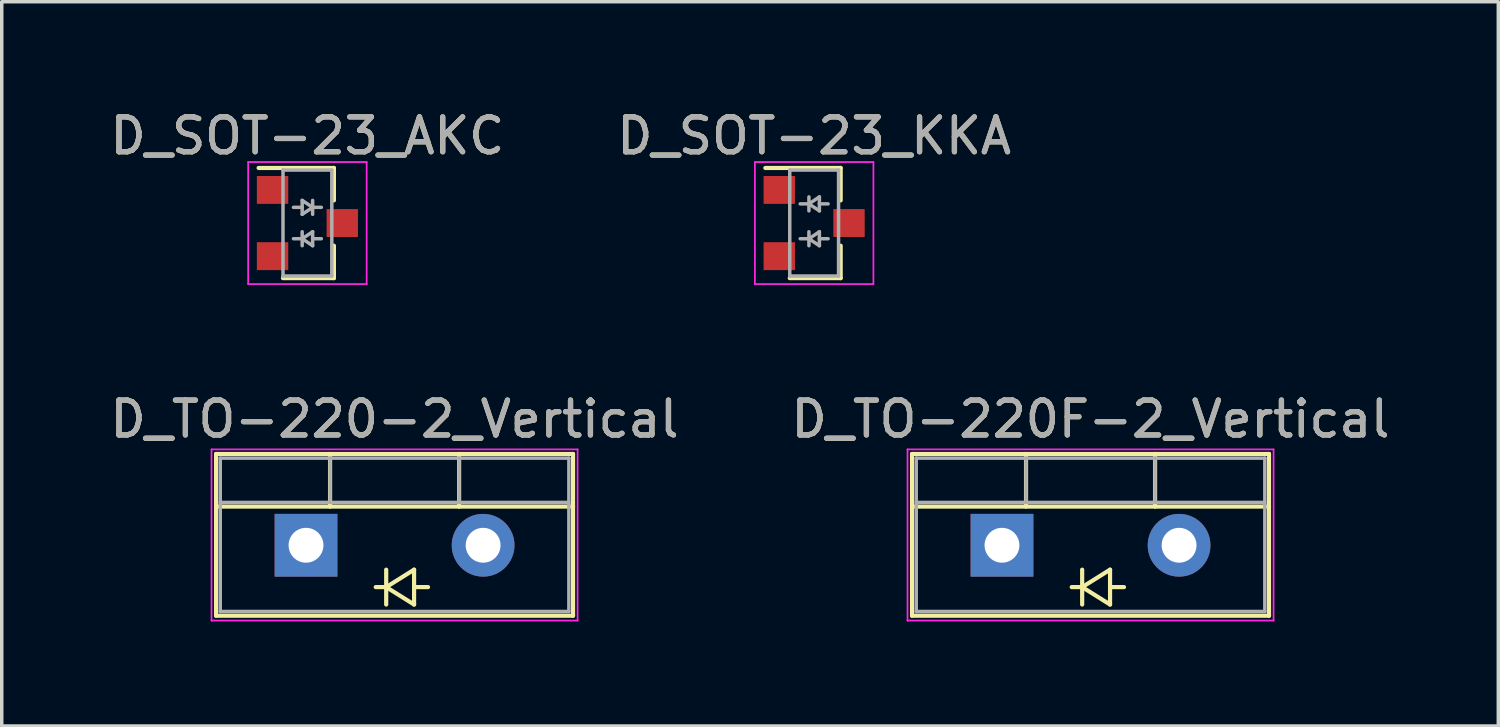
<source format=kicad_pcb>
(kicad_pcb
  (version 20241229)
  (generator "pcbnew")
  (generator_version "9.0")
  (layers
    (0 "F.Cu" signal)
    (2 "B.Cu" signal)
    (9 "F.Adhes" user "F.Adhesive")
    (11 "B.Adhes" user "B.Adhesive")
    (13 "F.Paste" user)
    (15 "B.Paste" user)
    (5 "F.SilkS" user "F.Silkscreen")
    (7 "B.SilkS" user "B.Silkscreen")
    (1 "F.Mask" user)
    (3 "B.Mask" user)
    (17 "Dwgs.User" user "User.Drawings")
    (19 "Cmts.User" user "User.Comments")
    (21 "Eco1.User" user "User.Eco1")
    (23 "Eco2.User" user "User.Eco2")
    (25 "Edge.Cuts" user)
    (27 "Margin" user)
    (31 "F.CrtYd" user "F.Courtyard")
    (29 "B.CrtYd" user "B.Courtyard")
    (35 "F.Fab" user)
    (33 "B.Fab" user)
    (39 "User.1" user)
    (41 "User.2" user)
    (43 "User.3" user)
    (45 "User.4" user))
  (footprint "D_TO-220-2_Vertical"
    (layer "F.Cu")
    (at 5.728 12.591)
    (property "Reference" "D_TO-220-2_Vertical" (at 2.54 -3.62 0) (layer "F.SilkS") (effects (font (size 1 1) (thickness 0.15))))
    (attr through_hole)
    (fp_line (start -2.58 -2.62) (end -2.58 2.021) (stroke (width 0.12) (type solid)) (layer "F.SilkS"))
    (fp_line (start -2.58 -2.62) (end 7.66 -2.62) (stroke (width 0.12) (type solid)) (layer "F.SilkS"))
    (fp_line (start -2.58 -1.11) (end 7.66 -1.11) (stroke (width 0.12) (type solid)) (layer "F.SilkS"))
    (fp_line (start -2.58 2.021) (end 7.66 2.021) (stroke (width 0.12) (type solid)) (layer "F.SilkS"))
    (fp_line (start 0.69 -2.62) (end 0.69 -1.11) (stroke (width 0.12) (type solid)) (layer "F.SilkS"))
    (fp_line (start 2.3 0.7) (end 2.3 1.7) (stroke (width 0.12) (type solid)) (layer "F.SilkS"))
    (fp_line (start 2.3 1.2) (end 2 1.2) (stroke (width 0.12) (type solid)) (layer "F.SilkS"))
    (fp_line (start 2.3 1.2) (end 3.1 0.7) (stroke (width 0.12) (type solid)) (layer "F.SilkS"))
    (fp_line (start 3.1 0.7) (end 3.1 1.7) (stroke (width 0.12) (type solid)) (layer "F.SilkS"))
    (fp_line (start 3.1 1.2) (end 3.5 1.2) (stroke (width 0.12) (type solid)) (layer "F.SilkS"))
    (fp_line (start 3.1 1.7) (end 2.3 1.2) (stroke (width 0.12) (type solid)) (layer "F.SilkS"))
    (fp_line (start 4.391 -2.62) (end 4.391 -1.11) (stroke (width 0.12) (type solid)) (layer "F.SilkS"))
    (fp_line (start 7.66 -2.62) (end 7.66 2.021) (stroke (width 0.12) (type solid)) (layer "F.SilkS"))
    (fp_line (start -2.71 -2.75) (end -2.71 2.16) (stroke (width 0.05) (type solid)) (layer "F.CrtYd"))
    (fp_line (start -2.71 2.16) (end 7.79 2.16) (stroke (width 0.05) (type solid)) (layer "F.CrtYd"))
    (fp_line (start 7.79 -2.75) (end -2.71 -2.75) (stroke (width 0.05) (type solid)) (layer "F.CrtYd"))
    (fp_line (start 7.79 2.16) (end 7.79 -2.75) (stroke (width 0.05) (type solid)) (layer "F.CrtYd"))
    (fp_line (start -2.46 -2.5) (end -2.46 1.9) (stroke (width 0.1) (type solid)) (layer "F.Fab"))
    (fp_line (start -2.46 -1.23) (end 7.54 -1.23) (stroke (width 0.1) (type solid)) (layer "F.Fab"))
    (fp_line (start -2.46 1.9) (end 7.54 1.9) (stroke (width 0.1) (type solid)) (layer "F.Fab"))
    (fp_line (start 0.69 -2.5) (end 0.69 -1.23) (stroke (width 0.1) (type solid)) (layer "F.Fab"))
    (fp_line (start 4.39 -2.5) (end 4.39 -1.23) (stroke (width 0.1) (type solid)) (layer "F.Fab"))
    (fp_line (start 7.54 -2.5) (end -2.46 -2.5) (stroke (width 0.1) (type solid)) (layer "F.Fab"))
    (fp_line (start 7.54 1.9) (end 7.54 -2.5) (stroke (width 0.1) (type solid)) (layer "F.Fab"))
    (fp_text user "${REFERENCE}" (at 2.54 -3.62 0) (layer "F.Fab") (effects (font (size 1 1) (thickness 0.15))))
    (pad "1" thru_hole rect (at 0 0) (size 1.8 1.8) (drill 1) (layers "*.Cu" "*.Mask"))
    (pad "2" thru_hole oval (at 5.08 0) (size 1.8 1.8) (drill 1) (layers "*.Cu" "*.Mask")))
  (footprint "D_TO-220F-2_Vertical"
    (layer "F.Cu")
    (at 25.692 12.591)
    (property "Reference" "D_TO-220F-2_Vertical" (at 2.54 -3.62 0) (layer "F.SilkS") (effects (font (size 1 1) (thickness 0.15))))
    (attr through_hole)
    (fp_line (start -2.58 -2.62) (end -2.58 2.021) (stroke (width 0.12) (type solid)) (layer "F.SilkS"))
    (fp_line (start -2.58 -2.62) (end 7.66 -2.62) (stroke (width 0.12) (type solid)) (layer "F.SilkS"))
    (fp_line (start -2.58 -1.11) (end 7.66 -1.11) (stroke (width 0.12) (type solid)) (layer "F.SilkS"))
    (fp_line (start -2.58 2.021) (end 7.66 2.021) (stroke (width 0.12) (type solid)) (layer "F.SilkS"))
    (fp_line (start 0.69 -2.62) (end 0.69 -1.11) (stroke (width 0.12) (type solid)) (layer "F.SilkS"))
    (fp_line (start 2.3 0.7) (end 2.3 1.7) (stroke (width 0.12) (type solid)) (layer "F.SilkS"))
    (fp_line (start 2.3 1.2) (end 2 1.2) (stroke (width 0.12) (type solid)) (layer "F.SilkS"))
    (fp_line (start 2.3 1.2) (end 3.1 0.7) (stroke (width 0.12) (type solid)) (layer "F.SilkS"))
    (fp_line (start 3.1 0.7) (end 3.1 1.7) (stroke (width 0.12) (type solid)) (layer "F.SilkS"))
    (fp_line (start 3.1 1.2) (end 3.5 1.2) (stroke (width 0.12) (type solid)) (layer "F.SilkS"))
    (fp_line (start 3.1 1.7) (end 2.3 1.2) (stroke (width 0.12) (type solid)) (layer "F.SilkS"))
    (fp_line (start 4.391 -2.62) (end 4.391 -1.11) (stroke (width 0.12) (type solid)) (layer "F.SilkS"))
    (fp_line (start 7.66 -2.62) (end 7.66 2.021) (stroke (width 0.12) (type solid)) (layer "F.SilkS"))
    (fp_line (start -2.71 -2.75) (end -2.71 2.16) (stroke (width 0.05) (type solid)) (layer "F.CrtYd"))
    (fp_line (start -2.71 2.16) (end 7.79 2.16) (stroke (width 0.05) (type solid)) (layer "F.CrtYd"))
    (fp_line (start 7.79 -2.75) (end -2.71 -2.75) (stroke (width 0.05) (type solid)) (layer "F.CrtYd"))
    (fp_line (start 7.79 2.16) (end 7.79 -2.75) (stroke (width 0.05) (type solid)) (layer "F.CrtYd"))
    (fp_line (start -2.46 -2.5) (end -2.46 1.9) (stroke (width 0.1) (type solid)) (layer "F.Fab"))
    (fp_line (start -2.46 -1.23) (end 7.54 -1.23) (stroke (width 0.1) (type solid)) (layer "F.Fab"))
    (fp_line (start -2.46 1.9) (end 7.54 1.9) (stroke (width 0.1) (type solid)) (layer "F.Fab"))
    (fp_line (start 0.69 -2.5) (end 0.69 -1.23) (stroke (width 0.1) (type solid)) (layer "F.Fab"))
    (fp_line (start 4.39 -2.5) (end 4.39 -1.23) (stroke (width 0.1) (type solid)) (layer "F.Fab"))
    (fp_line (start 7.54 -2.5) (end -2.46 -2.5) (stroke (width 0.1) (type solid)) (layer "F.Fab"))
    (fp_line (start 7.54 1.9) (end 7.54 -2.5) (stroke (width 0.1) (type solid)) (layer "F.Fab"))
    (fp_text user "${REFERENCE}" (at 2.54 -3.62 0) (layer "F.Fab") (effects (font (size 1 1) (thickness 0.15))))
    (pad "1" thru_hole rect (at 0 0) (size 1.8 1.8) (drill 1) (layers "*.Cu" "*.Mask"))
    (pad "2" thru_hole oval (at 5.08 0) (size 1.8 1.8) (drill 1) (layers "*.Cu" "*.Mask")))
  (footprint "D_SOT-23_KKA"
    (layer "F.Cu")
    (at 20.304 3.348)
    (property "Reference" "D_SOT-23_KKA" (at 0 -2.5 0) (layer "F.SilkS") (effects (font (size 1 1) (thickness 0.15))))
    (attr smd)
    (fp_line (start 0.76 -1.58) (end -1.4 -1.58) (stroke (width 0.12) (type solid)) (layer "F.SilkS"))
    (fp_line (start 0.76 -1.58) (end 0.76 -0.65) (stroke (width 0.12) (type solid)) (layer "F.SilkS"))
    (fp_line (start 0.76 1.58) (end -0.7 1.58) (stroke (width 0.12) (type solid)) (layer "F.SilkS"))
    (fp_line (start 0.76 1.58) (end 0.76 0.65) (stroke (width 0.12) (type solid)) (layer "F.SilkS"))
    (fp_line (start -1.7 -1.75) (end 1.7 -1.75) (stroke (width 0.05) (type solid)) (layer "F.CrtYd"))
    (fp_line (start -1.7 1.75) (end -1.7 -1.75) (stroke (width 0.05) (type solid)) (layer "F.CrtYd"))
    (fp_line (start 1.7 -1.75) (end 1.7 1.75) (stroke (width 0.05) (type solid)) (layer "F.CrtYd"))
    (fp_line (start 1.7 1.75) (end -1.7 1.75) (stroke (width 0.05) (type solid)) (layer "F.CrtYd"))
    (fp_line (start -0.7 -1.52) (end -0.7 1.52) (stroke (width 0.1) (type solid)) (layer "F.Fab"))
    (fp_line (start -0.7 -1.52) (end 0.7 -1.52) (stroke (width 0.1) (type solid)) (layer "F.Fab"))
    (fp_line (start -0.7 1.52) (end 0.7 1.52) (stroke (width 0.1) (type solid)) (layer "F.Fab"))
    (fp_line (start -0.15 -0.55) (end -0.4 -0.55) (stroke (width 0.1) (type solid)) (layer "F.Fab"))
    (fp_line (start -0.15 -0.55) (end 0.15 -0.35) (stroke (width 0.1) (type solid)) (layer "F.Fab"))
    (fp_line (start -0.15 -0.35) (end -0.15 -0.75) (stroke (width 0.1) (type solid)) (layer "F.Fab"))
    (fp_line (start -0.15 0.45) (end -0.4 0.45) (stroke (width 0.1) (type solid)) (layer "F.Fab"))
    (fp_line (start -0.15 0.45) (end 0.15 0.65) (stroke (width 0.1) (type solid)) (layer "F.Fab"))
    (fp_line (start -0.15 0.65) (end -0.15 0.25) (stroke (width 0.1) (type solid)) (layer "F.Fab"))
    (fp_line (start 0.15 -0.75) (end -0.15 -0.55) (stroke (width 0.1) (type solid)) (layer "F.Fab"))
    (fp_line (start 0.15 -0.55) (end 0.4 -0.55) (stroke (width 0.1) (type solid)) (layer "F.Fab"))
    (fp_line (start 0.15 -0.35) (end 0.15 -0.75) (stroke (width 0.1) (type solid)) (layer "F.Fab"))
    (fp_line (start 0.15 0.25) (end -0.15 0.45) (stroke (width 0.1) (type solid)) (layer "F.Fab"))
    (fp_line (start 0.15 0.45) (end 0.4 0.45) (stroke (width 0.1) (type solid)) (layer "F.Fab"))
    (fp_line (start 0.15 0.65) (end 0.15 0.25) (stroke (width 0.1) (type solid)) (layer "F.Fab"))
    (fp_line (start 0.7 -1.52) (end 0.7 1.52) (stroke (width 0.1) (type solid)) (layer "F.Fab"))
    (fp_text user "${REFERENCE}" (at 0 -2.5 0) (layer "F.Fab") (effects (font (size 1 1) (thickness 0.15))))
    (pad "1" smd rect (at -1 -0.95) (size 0.9 0.8) (layers "F.Cu" "F.Mask" "F.Paste"))
    (pad "2" smd rect (at -1 0.95) (size 0.9 0.8) (layers "F.Cu" "F.Mask" "F.Paste"))
    (pad "3" smd rect (at 1 0) (size 0.9 0.8) (layers "F.Cu" "F.Mask" "F.Paste")))
  (footprint "D_SOT-23_AKC"
    (layer "F.Cu")
    (at 5.768 3.348)
    (property "Reference" "D_SOT-23_AKC" (at 0 -2.5 0) (layer "F.SilkS") (effects (font (size 1 1) (thickness 0.15))))
    (attr smd)
    (fp_line (start 0.76 -1.58) (end -1.4 -1.58) (stroke (width 0.12) (type solid)) (layer "F.SilkS"))
    (fp_line (start 0.76 -1.58) (end 0.76 -0.65) (stroke (width 0.12) (type solid)) (layer "F.SilkS"))
    (fp_line (start 0.76 1.58) (end -0.7 1.58) (stroke (width 0.12) (type solid)) (layer "F.SilkS"))
    (fp_line (start 0.76 1.58) (end 0.76 0.65) (stroke (width 0.12) (type solid)) (layer "F.SilkS"))
    (fp_line (start -1.7 -1.75) (end 1.7 -1.75) (stroke (width 0.05) (type solid)) (layer "F.CrtYd"))
    (fp_line (start -1.7 1.75) (end -1.7 -1.75) (stroke (width 0.05) (type solid)) (layer "F.CrtYd"))
    (fp_line (start 1.7 -1.75) (end 1.7 1.75) (stroke (width 0.05) (type solid)) (layer "F.CrtYd"))
    (fp_line (start 1.7 1.75) (end -1.7 1.75) (stroke (width 0.05) (type solid)) (layer "F.CrtYd"))
    (fp_line (start -0.7 -1.52) (end -0.7 1.52) (stroke (width 0.1) (type solid)) (layer "F.Fab"))
    (fp_line (start -0.7 -1.52) (end 0.7 -1.52) (stroke (width 0.1) (type solid)) (layer "F.Fab"))
    (fp_line (start -0.7 1.52) (end 0.7 1.52) (stroke (width 0.1) (type solid)) (layer "F.Fab"))
    (fp_line (start -0.15 -0.65) (end -0.15 -0.25) (stroke (width 0.1) (type solid)) (layer "F.Fab"))
    (fp_line (start -0.15 -0.45) (end -0.4 -0.45) (stroke (width 0.1) (type solid)) (layer "F.Fab"))
    (fp_line (start -0.15 -0.25) (end 0.15 -0.45) (stroke (width 0.1) (type solid)) (layer "F.Fab"))
    (fp_line (start -0.15 0.45) (end -0.4 0.45) (stroke (width 0.1) (type solid)) (layer "F.Fab"))
    (fp_line (start -0.15 0.45) (end 0.15 0.65) (stroke (width 0.1) (type solid)) (layer "F.Fab"))
    (fp_line (start -0.15 0.65) (end -0.15 0.25) (stroke (width 0.1) (type solid)) (layer "F.Fab"))
    (fp_line (start 0.15 -0.65) (end 0.15 -0.25) (stroke (width 0.1) (type solid)) (layer "F.Fab"))
    (fp_line (start 0.15 -0.45) (end -0.15 -0.65) (stroke (width 0.1) (type solid)) (layer "F.Fab"))
    (fp_line (start 0.15 -0.45) (end 0.4 -0.45) (stroke (width 0.1) (type solid)) (layer "F.Fab"))
    (fp_line (start 0.15 0.25) (end -0.15 0.45) (stroke (width 0.1) (type solid)) (layer "F.Fab"))
    (fp_line (start 0.15 0.45) (end 0.4 0.45) (stroke (width 0.1) (type solid)) (layer "F.Fab"))
    (fp_line (start 0.15 0.65) (end 0.15 0.25) (stroke (width 0.1) (type solid)) (layer "F.Fab"))
    (fp_line (start 0.7 -1.52) (end 0.7 1.52) (stroke (width 0.1) (type solid)) (layer "F.Fab"))
    (fp_text user "${REFERENCE}" (at 0 -2.5 0) (layer "F.Fab") (effects (font (size 1 1) (thickness 0.15))))
    (pad "1" smd rect (at -1 -0.95) (size 0.9 0.8) (layers "F.Cu" "F.Mask" "F.Paste"))
    (pad "2" smd rect (at -1 0.95) (size 0.9 0.8) (layers "F.Cu" "F.Mask" "F.Paste"))
    (pad "3" smd rect (at 1 0) (size 0.9 0.8) (layers "F.Cu" "F.Mask" "F.Paste")))
  (gr_rect
    (start -3 -3)
    (end 39.929 17.776)
    (stroke (width 0.1) (type default))
    (fill no)
    (layer "Edge.Cuts")))
</source>
